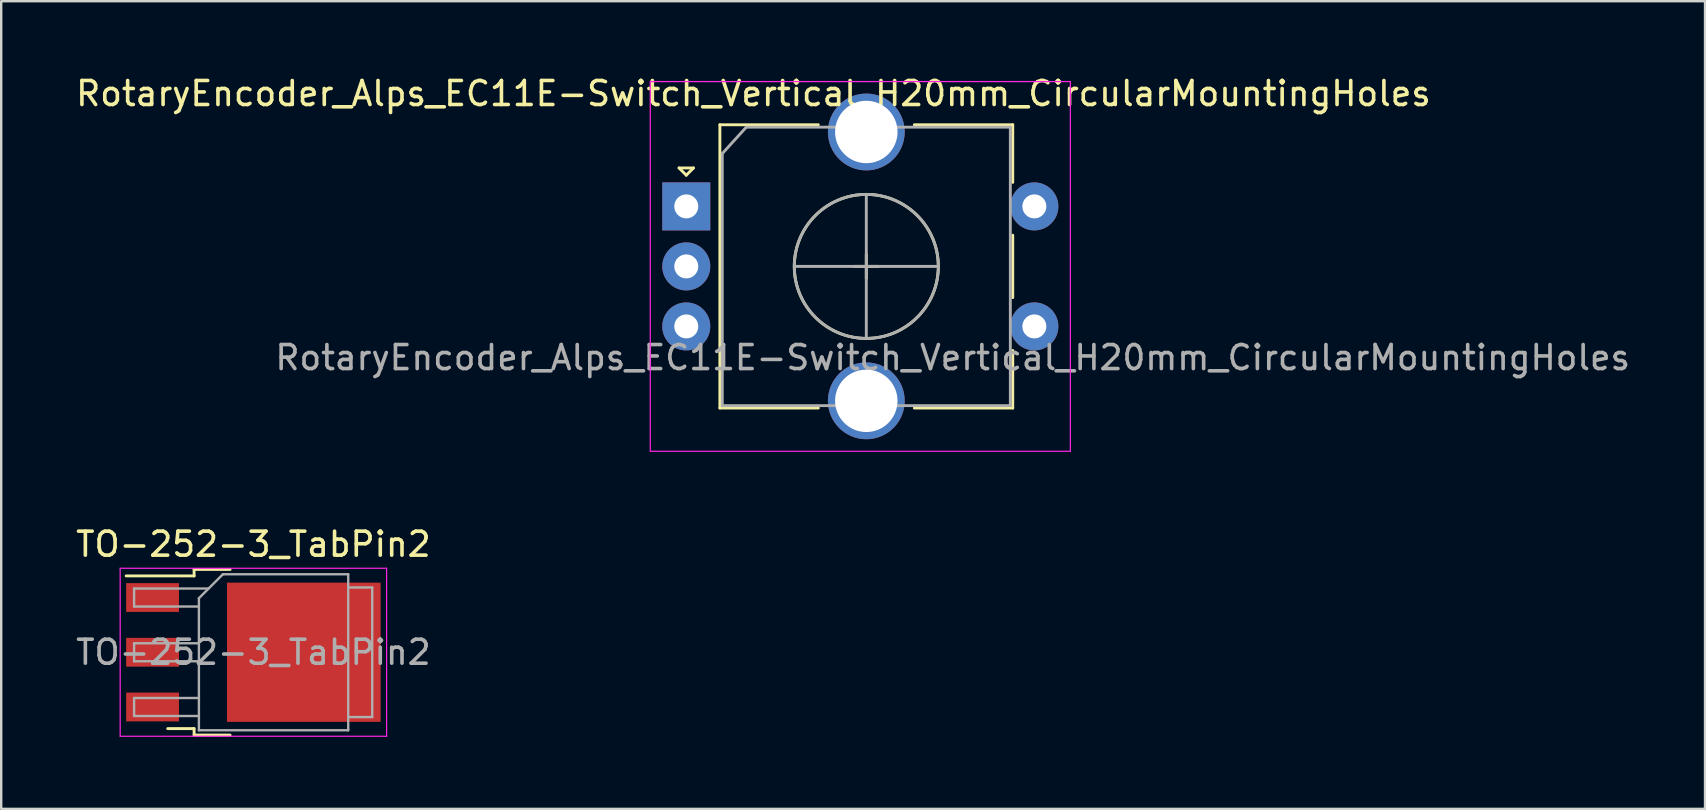
<source format=kicad_pcb>
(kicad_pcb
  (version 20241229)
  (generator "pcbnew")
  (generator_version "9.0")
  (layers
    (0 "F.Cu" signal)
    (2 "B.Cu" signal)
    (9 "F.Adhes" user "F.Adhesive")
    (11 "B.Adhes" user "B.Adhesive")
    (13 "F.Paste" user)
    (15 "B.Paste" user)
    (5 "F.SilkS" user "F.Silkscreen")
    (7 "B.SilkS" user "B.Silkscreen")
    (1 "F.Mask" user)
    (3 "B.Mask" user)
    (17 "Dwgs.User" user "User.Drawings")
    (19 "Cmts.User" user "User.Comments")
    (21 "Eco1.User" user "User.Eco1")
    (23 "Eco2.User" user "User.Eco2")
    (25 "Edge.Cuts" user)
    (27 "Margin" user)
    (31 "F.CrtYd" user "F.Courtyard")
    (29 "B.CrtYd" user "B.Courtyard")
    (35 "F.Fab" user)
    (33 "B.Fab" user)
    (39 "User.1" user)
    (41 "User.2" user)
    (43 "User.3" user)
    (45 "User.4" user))
  (footprint "TO-252-3_TabPin2"
    (layer "F.Cu")
    (at 7.506 24.122)
    (property "Reference" "TO-252-3_TabPin2" (at 0 -4.5 0) (layer "F.SilkS") (effects (font (size 1 1) (thickness 0.15))))
    (attr smd)
    (fp_line (start -2.47 -3.45) (end -2.47 -3.18) (stroke (width 0.12) (type solid)) (layer "F.SilkS"))
    (fp_line (start -2.47 -3.18) (end -5.3 -3.18) (stroke (width 0.12) (type solid)) (layer "F.SilkS"))
    (fp_line (start -2.47 3.18) (end -3.57 3.18) (stroke (width 0.12) (type solid)) (layer "F.SilkS"))
    (fp_line (start -2.47 3.45) (end -2.47 3.18) (stroke (width 0.12) (type solid)) (layer "F.SilkS"))
    (fp_line (start -0.97 -3.45) (end -2.47 -3.45) (stroke (width 0.12) (type solid)) (layer "F.SilkS"))
    (fp_line (start -0.97 3.45) (end -2.47 3.45) (stroke (width 0.12) (type solid)) (layer "F.SilkS"))
    (fp_line (start -5.55 -3.5) (end -5.55 3.5) (stroke (width 0.05) (type solid)) (layer "F.CrtYd"))
    (fp_line (start -5.55 3.5) (end 5.55 3.5) (stroke (width 0.05) (type solid)) (layer "F.CrtYd"))
    (fp_line (start 5.55 -3.5) (end -5.55 -3.5) (stroke (width 0.05) (type solid)) (layer "F.CrtYd"))
    (fp_line (start 5.55 3.5) (end 5.55 -3.5) (stroke (width 0.05) (type solid)) (layer "F.CrtYd"))
    (fp_line (start -4.97 -2.655) (end -4.97 -1.905) (stroke (width 0.1) (type solid)) (layer "F.Fab"))
    (fp_line (start -4.97 -1.905) (end -2.27 -1.905) (stroke (width 0.1) (type solid)) (layer "F.Fab"))
    (fp_line (start -4.97 -0.375) (end -4.97 0.375) (stroke (width 0.1) (type solid)) (layer "F.Fab"))
    (fp_line (start -4.97 0.375) (end -2.27 0.375) (stroke (width 0.1) (type solid)) (layer "F.Fab"))
    (fp_line (start -4.97 1.905) (end -4.97 2.655) (stroke (width 0.1) (type solid)) (layer "F.Fab"))
    (fp_line (start -4.97 2.655) (end -2.27 2.655) (stroke (width 0.1) (type solid)) (layer "F.Fab"))
    (fp_line (start -2.27 -2.25) (end -1.27 -3.25) (stroke (width 0.1) (type solid)) (layer "F.Fab"))
    (fp_line (start -2.27 -0.375) (end -4.97 -0.375) (stroke (width 0.1) (type solid)) (layer "F.Fab"))
    (fp_line (start -2.27 1.905) (end -4.97 1.905) (stroke (width 0.1) (type solid)) (layer "F.Fab"))
    (fp_line (start -2.27 3.25) (end -2.27 -2.25) (stroke (width 0.1) (type solid)) (layer "F.Fab"))
    (fp_line (start -1.865 -2.655) (end -4.97 -2.655) (stroke (width 0.1) (type solid)) (layer "F.Fab"))
    (fp_line (start -1.27 -3.25) (end 3.95 -3.25) (stroke (width 0.1) (type solid)) (layer "F.Fab"))
    (fp_line (start 3.95 -3.25) (end 3.95 3.25) (stroke (width 0.1) (type solid)) (layer "F.Fab"))
    (fp_line (start 3.95 -2.7) (end 4.95 -2.7) (stroke (width 0.1) (type solid)) (layer "F.Fab"))
    (fp_line (start 3.95 3.25) (end -2.27 3.25) (stroke (width 0.1) (type solid)) (layer "F.Fab"))
    (fp_line (start 4.95 -2.7) (end 4.95 2.7) (stroke (width 0.1) (type solid)) (layer "F.Fab"))
    (fp_line (start 4.95 2.7) (end 3.95 2.7) (stroke (width 0.1) (type solid)) (layer "F.Fab"))
    (fp_text user "${REFERENCE}" (at 0 0 0) (layer "F.Fab") (effects (font (size 1 1) (thickness 0.15))))
    (pad "" smd rect (at 0.425 -1.525) (size 3.05 2.75) (layers "F.Paste"))
    (pad "" smd rect (at 0.425 1.525) (size 3.05 2.75) (layers "F.Paste"))
    (pad "" smd rect (at 3.775 -1.525) (size 3.05 2.75) (layers "F.Paste"))
    (pad "" smd rect (at 3.775 1.525) (size 3.05 2.75) (layers "F.Paste"))
    (pad "1" smd rect (at -4.2 -2.28) (size 2.2 1.2) (layers "F.Cu" "F.Mask" "F.Paste"))
    (pad "2" smd rect (at -4.2 0) (size 2.2 1.2) (layers "F.Cu" "F.Mask" "F.Paste"))
    (pad "3" smd rect (at -4.2 2.28) (size 2.2 1.2) (layers "F.Cu" "F.Mask" "F.Paste"))
    (pad "4" smd rect (at 2.1 0) (size 6.4 5.8) (layers "F.Cu" "F.Mask")))
  (footprint "RotaryEncoder_Alps_EC11E-Switch_Vertical_H20mm_CircularMountingHoles"
    (layer "F.Cu")
    (at 25.539 5.548)
    (property "Reference" "RotaryEncoder_Alps_EC11E-Switch_Vertical_H20mm_CircularMountingHoles" (at 2.8 -4.7 0) (layer "F.SilkS") (effects (font (size 1 1) (thickness 0.15))))
    (attr through_hole)
    (fp_line (start -0.3 -1.6) (end 0.3 -1.6) (stroke (width 0.12) (type solid)) (layer "F.SilkS"))
    (fp_line (start 0 -1.3) (end -0.3 -1.6) (stroke (width 0.12) (type solid)) (layer "F.SilkS"))
    (fp_line (start 0.3 -1.6) (end 0 -1.3) (stroke (width 0.12) (type solid)) (layer "F.SilkS"))
    (fp_line (start 1.4 -3.4) (end 1.4 8.4) (stroke (width 0.12) (type solid)) (layer "F.SilkS"))
    (fp_line (start 5.5 -3.4) (end 1.4 -3.4) (stroke (width 0.12) (type solid)) (layer "F.SilkS"))
    (fp_line (start 5.5 8.4) (end 1.4 8.4) (stroke (width 0.12) (type solid)) (layer "F.SilkS"))
    (fp_line (start 7 2.5) (end 8 2.5) (stroke (width 0.12) (type solid)) (layer "F.SilkS"))
    (fp_line (start 7.5 2) (end 7.5 3) (stroke (width 0.12) (type solid)) (layer "F.SilkS"))
    (fp_line (start 9.5 -3.4) (end 13.6 -3.4) (stroke (width 0.12) (type solid)) (layer "F.SilkS"))
    (fp_line (start 13.6 -3.4) (end 13.6 -1) (stroke (width 0.12) (type solid)) (layer "F.SilkS"))
    (fp_line (start 13.6 1.2) (end 13.6 3.8) (stroke (width 0.12) (type solid)) (layer "F.SilkS"))
    (fp_line (start 13.6 6) (end 13.6 8.4) (stroke (width 0.12) (type solid)) (layer "F.SilkS"))
    (fp_line (start 13.6 8.4) (end 9.5 8.4) (stroke (width 0.12) (type solid)) (layer "F.SilkS"))
    (fp_circle (center 7.5 2.5) (end 10.5 2.5) (stroke (width 0.12) (type solid)) (fill no) (layer "F.SilkS"))
    (fp_line (start -1.5 -5.2) (end -1.5 10.2) (stroke (width 0.05) (type solid)) (layer "F.CrtYd"))
    (fp_line (start -1.5 -5.2) (end 16 -5.2) (stroke (width 0.05) (type solid)) (layer "F.CrtYd"))
    (fp_line (start 16 10.2) (end -1.5 10.2) (stroke (width 0.05) (type solid)) (layer "F.CrtYd"))
    (fp_line (start 16 10.2) (end 16 -5.2) (stroke (width 0.05) (type solid)) (layer "F.CrtYd"))
    (fp_line (start 1.5 -2.2) (end 2.5 -3.3) (stroke (width 0.12) (type solid)) (layer "F.Fab"))
    (fp_line (start 1.5 8.3) (end 1.5 -2.2) (stroke (width 0.12) (type solid)) (layer "F.Fab"))
    (fp_line (start 2.5 -3.3) (end 13.5 -3.3) (stroke (width 0.12) (type solid)) (layer "F.Fab"))
    (fp_line (start 4.5 2.5) (end 10.5 2.5) (stroke (width 0.12) (type solid)) (layer "F.Fab"))
    (fp_line (start 7.5 -0.5) (end 7.5 5.5) (stroke (width 0.12) (type solid)) (layer "F.Fab"))
    (fp_line (start 13.5 -3.3) (end 13.5 8.3) (stroke (width 0.12) (type solid)) (layer "F.Fab"))
    (fp_line (start 13.5 8.3) (end 1.5 8.3) (stroke (width 0.12) (type solid)) (layer "F.Fab"))
    (fp_circle (center 7.5 2.5) (end 10.5 2.5) (stroke (width 0.12) (type solid)) (fill no) (layer "F.Fab"))
    (fp_text user "${REFERENCE}" (at 11.1 6.3 0) (layer "F.Fab") (effects (font (size 1 1) (thickness 0.15))))
    (pad "A" thru_hole rect (at 0 0) (size 2 2) (drill 1) (layers "*.Cu" "*.Mask"))
    (pad "B" thru_hole circle (at 0 5) (size 2 2) (drill 1) (layers "*.Cu" "*.Mask"))
    (pad "C" thru_hole circle (at 0 2.5) (size 2 2) (drill 1) (layers "*.Cu" "*.Mask"))
    (pad "MP" thru_hole circle (at 7.5 -3.1) (size 3.2 3.2) (drill 2.6) (layers "*.Cu" "*.Mask"))
    (pad "MP" thru_hole circle (at 7.5 8.1) (size 3.2 3.2) (drill 2.6) (layers "*.Cu" "*.Mask"))
    (pad "S1" thru_hole circle (at 14.5 5) (size 2 2) (drill 1) (layers "*.Cu" "*.Mask"))
    (pad "S2" thru_hole circle (at 14.5 0) (size 2 2) (drill 1) (layers "*.Cu" "*.Mask")))
  (gr_rect
    (start -3 -3)
    (end 67.979 30.646)
    (stroke (width 0.1) (type default))
    (fill no)
    (layer "Edge.Cuts")))
</source>
